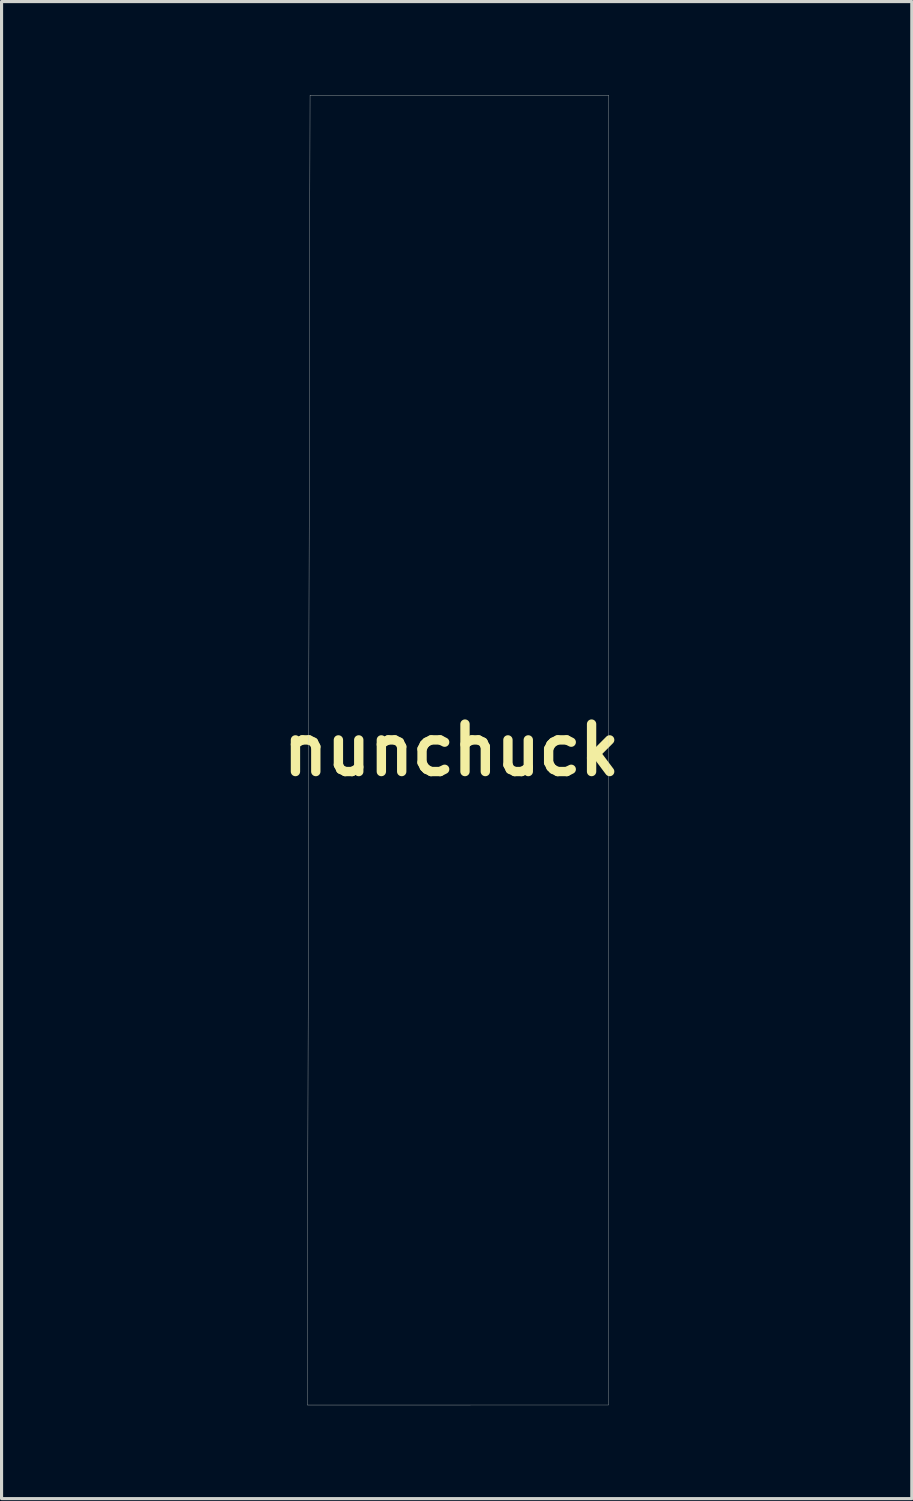
<source format=kicad_pcb>
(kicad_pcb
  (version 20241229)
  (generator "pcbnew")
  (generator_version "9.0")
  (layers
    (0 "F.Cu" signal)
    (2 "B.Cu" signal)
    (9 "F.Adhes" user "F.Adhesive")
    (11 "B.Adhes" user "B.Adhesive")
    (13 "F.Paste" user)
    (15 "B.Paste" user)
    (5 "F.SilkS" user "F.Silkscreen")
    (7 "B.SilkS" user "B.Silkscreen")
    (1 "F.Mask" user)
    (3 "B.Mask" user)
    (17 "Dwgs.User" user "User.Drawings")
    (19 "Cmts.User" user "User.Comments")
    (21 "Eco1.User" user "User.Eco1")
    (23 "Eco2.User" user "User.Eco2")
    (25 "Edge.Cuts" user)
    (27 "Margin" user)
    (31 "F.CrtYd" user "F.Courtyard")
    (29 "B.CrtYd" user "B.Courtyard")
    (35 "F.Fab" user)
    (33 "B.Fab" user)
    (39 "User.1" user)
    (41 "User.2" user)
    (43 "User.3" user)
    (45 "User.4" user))
  (footprint "nunchuck"
    (layer "F.Cu")
    (at 11.443 21.031)
    (property "Reference" "nunchuck" (at 0 0 0) (layer "F.SilkS") (effects (font (size 1.524 1.524) (thickness 0.3))))
    (attr through_hole)
    (fp_poly (pts (xy -6.226 -13.663) (xy -6.224 -13.625) (xy -6.353 -13.463) (xy -6.402 -13.457) (xy -6.502 -13.56) (xy -6.476 -13.625) (xy -6.325 -13.786) (xy -6.298 -13.793) (xy -6.226 -13.663)) (stroke (width 0.01) (type solid)) (fill no) (layer "Eco1.User"))
    (fp_poly (pts (xy -7.065 3.869) (xy -8.915 3.869) (xy -8.915 2.607) (xy -8.074 2.607) (xy -8.043 3.114) (xy -7.942 3.32) (xy -7.864 3.322) (xy -7.724 3.12) (xy -7.656 2.704) (xy -7.654 2.607) (xy -7.704 2.163) (xy -7.833 1.909) (xy -7.864 1.892) (xy -8.002 1.964) (xy -8.067 2.32) (xy -8.074 2.607) (xy -8.915 2.607) (xy -8.915 1.346) (xy -7.065 1.346) (xy -7.065 3.869)) (stroke (width 0.01) (type solid)) (fill no) (layer "Eco1.User"))
    (fp_poly (pts (xy -7.432 -3.173) (xy -7.145 -3.094) (xy -7.065 -2.944) (xy -7.2 -2.721) (xy -7.317 -2.691) (xy -7.464 -2.614) (xy -7.542 -2.339) (xy -7.569 -1.804) (xy -7.57 -1.682) (xy -7.582 -1.118) (xy -7.636 -0.814) (xy -7.757 -0.691) (xy -7.906 -0.673) (xy -8.094 -0.71) (xy -8.195 -0.871) (xy -8.236 -1.235) (xy -8.242 -1.682) (xy -8.255 -2.246) (xy -8.309 -2.55) (xy -8.43 -2.673) (xy -8.579 -2.691) (xy -8.853 -2.797) (xy -8.915 -2.944) (xy -8.832 -3.096) (xy -8.541 -3.174) (xy -7.99 -3.196) (xy -7.432 -3.173)) (stroke (width 0.01) (type solid)) (fill no) (layer "Eco1.User"))
    (fp_poly (pts (xy -7.065 6.608) (xy -7.1 7.098) (xy -7.253 7.395) (xy -7.57 7.627) (xy -7.922 7.925) (xy -8.074 8.238) (xy -8.074 8.252) (xy -8.178 8.51) (xy -8.495 8.579) (xy -8.703 8.564) (xy -8.828 8.476) (xy -8.891 8.244) (xy -8.913 7.8) (xy -8.915 7.233) (xy -8.915 6.723) (xy -8.074 6.723) (xy -7.993 6.964) (xy -7.822 6.958) (xy -7.598 6.746) (xy -7.57 6.626) (xy -7.705 6.419) (xy -7.822 6.392) (xy -8.027 6.532) (xy -8.074 6.723) (xy -8.915 6.723) (xy -8.915 5.887) (xy -7.065 5.887) (xy -7.065 6.608)) (stroke (width 0.01) (type solid)) (fill no) (layer "Eco1.User"))
    (fp_poly (pts (xy 11.775 20.69) (xy 5.383 20.69) (xy 5.383 16.373) (xy 5.887 16.373) (xy 5.892 17.489) (xy 5.905 18.492) (xy 5.925 19.332) (xy 5.95 19.962) (xy 5.98 20.332) (xy 6 20.41) (xy 6.235 20.492) (xy 6.588 20.522) (xy 7.065 20.522) (xy 7.065 16.485) (xy 7.058 15.1) (xy 7.038 13.988) (xy 7.005 13.166) (xy 6.96 12.648) (xy 6.903 12.449) (xy 6.897 12.448) (xy 7.906 12.448) (xy 7.906 16.373) (xy 7.911 17.49) (xy 7.925 18.494) (xy 7.946 19.336) (xy 7.974 19.967) (xy 8.006 20.339) (xy 8.026 20.418) (xy 8.264 20.488) (xy 8.657 20.488) (xy 9.168 20.438) (xy 9.258 12.448) (xy 7.906 12.448) (xy 6.897 12.448) (xy 6.863 12.28) (xy 6.833 11.778) (xy 6.806 10.945) (xy 6.784 9.783) (xy 6.765 8.295) (xy 6.75 6.483) (xy 6.739 4.35) (xy 6.732 1.897) (xy 6.729 -0.871) (xy 6.728 -1.747) (xy 6.729 -4.258) (xy 6.729 -6.455) (xy 6.731 -8.358) (xy 6.734 -9.988) (xy 6.736 -10.614) (xy 7.585 -10.614) (xy 7.699 -10.275) (xy 7.997 -10.125) (xy 8.489 -10.093) (xy 9.252 -10.093) (xy 9.252 -11.961) (xy 8.453 -11.91) (xy 7.97 -11.867) (xy 7.729 -11.766) (xy 7.633 -11.529) (xy 7.6 -11.21) (xy 7.585 -10.614) (xy 6.736 -10.614) (xy 6.739 -11.366) (xy 6.747 -12.515) (xy 6.758 -13.455) (xy 6.773 -14.208) (xy 6.778 -14.382) (xy 7.654 -14.382) (xy 7.654 -12.7) (xy 8.453 -12.649) (xy 8.934 -12.629) (xy 9.168 -12.684) (xy 9.245 -12.866) (xy 9.252 -13.111) (xy 9.284 -13.456) (xy 9.447 -13.598) (xy 9.84 -13.625) (xy 10.429 -13.625) (xy 10.429 -0.589) (xy 10.427 2.142) (xy 10.421 4.558) (xy 10.41 6.658) (xy 10.395 8.438) (xy 10.376 9.896) (xy 10.352 11.029) (xy 10.325 11.833) (xy 10.293 12.307) (xy 10.261 12.448) (xy 10.203 12.613) (xy 10.157 13.1) (xy 10.123 13.892) (xy 10.101 14.975) (xy 10.093 16.334) (xy 10.093 16.485) (xy 10.093 20.522) (xy 11.27 20.522) (xy 11.27 16.485) (xy 11.263 15.113) (xy 11.243 14.006) (xy 11.211 13.182) (xy 11.166 12.658) (xy 11.111 12.45) (xy 11.103 12.448) (xy 11.068 12.28) (xy 11.036 11.781) (xy 11.007 10.955) (xy 10.98 9.807) (xy 10.957 8.341) (xy 10.936 6.563) (xy 10.919 4.477) (xy 10.904 2.088) (xy 10.893 -0.6) (xy 10.893 -0.715) (xy 10.85 -13.877) (xy 10.051 -13.929) (xy 9.523 -13.999) (xy 9.281 -14.132) (xy 9.252 -14.232) (xy 9.174 -14.386) (xy 8.893 -14.445) (xy 8.453 -14.433) (xy 7.654 -14.382) (xy 6.778 -14.382) (xy 6.791 -14.794) (xy 6.815 -15.236) (xy 6.843 -15.554) (xy 6.877 -15.769) (xy 6.918 -15.903) (xy 6.965 -15.978) (xy 7.019 -16.014) (xy 7.075 -16.032) (xy 7.375 -16.026) (xy 7.48 -15.925) (xy 7.635 -15.454) (xy 7.814 -15.223) (xy 8.124 -15.146) (xy 8.489 -15.139) (xy 9.252 -15.139) (xy 9.252 -16.989) (xy 8.479 -16.989) (xy 7.981 -16.962) (xy 7.724 -16.854) (xy 7.618 -16.653) (xy 7.455 -16.407) (xy 7.082 -16.319) (xy 6.961 -16.317) (xy 6.392 -16.317) (xy 6.392 -1.934) (xy 6.392 0.62) (xy 6.39 2.858) (xy 6.386 4.8) (xy 6.381 6.466) (xy 6.373 7.878) (xy 6.363 9.054) (xy 6.349 10.016) (xy 6.332 10.784) (xy 6.311 11.378) (xy 6.287 11.818) (xy 6.257 12.125) (xy 6.223 12.318) (xy 6.184 12.419) (xy 6.14 12.448) (xy 6.058 12.487) (xy 5.996 12.629) (xy 5.951 12.913) (xy 5.92 13.377) (xy 5.9 14.058) (xy 5.891 14.996) (xy 5.887 16.228) (xy 5.887 16.373) (xy 5.383 16.373) (xy 5.383 -18.183) (xy 7.585 -18.183) (xy 7.699 -17.845) (xy 7.997 -17.695) (xy 8.489 -17.662) (xy 9.252 -17.662) (xy 9.252 -19.531) (xy 8.453 -19.48) (xy 7.97 -19.436) (xy 7.729 -19.335) (xy 7.633 -19.099) (xy 7.6 -18.78) (xy 7.585 -18.183) (xy 5.383 -18.183) (xy 5.383 -20.858) (xy 11.775 -20.858) (xy 11.775 20.69)) (stroke (width 0.01) (type solid)) (fill no) (layer "Eco1.User"))
    (fp_poly (pts (xy -4.878 20.69) (xy -11.438 20.69) (xy -11.438 16.373) (xy -10.934 16.373) (xy -10.929 17.49) (xy -10.915 18.494) (xy -10.894 19.336) (xy -10.866 19.967) (xy -10.834 20.339) (xy -10.814 20.418) (xy -10.576 20.488) (xy -10.183 20.488) (xy -9.672 20.438) (xy -9.627 16.443) (xy -9.615 15.169) (xy -9.612 14.193) (xy -9.621 13.478) (xy -9.644 12.984) (xy -9.682 12.673) (xy -9.738 12.508) (xy -9.813 12.45) (xy -9.837 12.448) (xy -8.747 12.448) (xy -8.747 20.543) (xy -8.2 20.49) (xy -7.654 20.438) (xy -7.563 12.448) (xy -8.747 12.448) (xy -9.837 12.448) (xy -9.881 12.42) (xy -9.92 12.323) (xy -9.953 12.138) (xy -9.982 11.845) (xy -10.007 11.424) (xy -10.028 10.855) (xy -10.045 10.12) (xy -10.059 9.198) (xy -10.07 8.069) (xy -10.073 7.68) (xy -9.42 7.68) (xy -9.42 9.083) (xy -8.928 9.083) (xy -8.59 9.019) (xy -8.236 8.789) (xy -7.79 8.342) (xy -7.667 8.203) (xy -7.248 7.697) (xy -7.015 7.313) (xy -6.916 6.936) (xy -6.897 6.521) (xy -6.897 5.719) (xy -7.851 5.719) (xy -8.524 5.752) (xy -8.974 5.887) (xy -9.243 6.179) (xy -9.377 6.683) (xy -9.419 7.453) (xy -9.42 7.68) (xy -10.073 7.68) (xy -10.079 6.714) (xy -10.085 5.114) (xy -10.089 3.248) (xy -10.089 3.026) (xy -9.42 3.026) (xy -9.406 3.656) (xy -9.37 4.148) (xy -9.319 4.413) (xy -9.308 4.43) (xy -9.089 4.492) (xy -8.647 4.533) (xy -8.275 4.542) (xy -7.651 4.505) (xy -7.276 4.38) (xy -7.131 4.247) (xy -7 3.882) (xy -6.922 3.225) (xy -6.902 2.565) (xy -6.897 1.177) (xy -7.851 1.177) (xy -8.541 1.214) (xy -8.996 1.361) (xy -9.263 1.674) (xy -9.388 2.209) (xy -9.42 3.022) (xy -9.42 3.026) (xy -10.089 3.026) (xy -10.091 1.097) (xy -10.093 -1.358) (xy -10.093 -2.413) (xy -9.405 -2.413) (xy -9.229 -2.211) (xy -9.083 -2.187) (xy -8.901 -2.153) (xy -8.8 -2.001) (xy -8.756 -1.657) (xy -8.747 -1.093) (xy -8.74 -0.506) (xy -8.7 -0.179) (xy -8.594 -0.036) (xy -8.392 -0.001) (xy -8.303 0) (xy -7.882 -0.106) (xy -7.635 -0.294) (xy -7.498 -0.638) (xy -7.416 -1.153) (xy -7.407 -1.367) (xy -7.343 -1.961) (xy -7.177 -2.329) (xy -7.149 -2.355) (xy -6.948 -2.681) (xy -6.897 -2.964) (xy -6.923 -3.191) (xy -7.054 -3.311) (xy -7.373 -3.357) (xy -7.851 -3.364) (xy -8.594 -3.307) (xy -9.056 -3.131) (xy -9.112 -3.086) (xy -9.367 -2.737) (xy -9.405 -2.413) (xy -10.093 -2.413) (xy -10.093 -3.028) (xy -10.093 -11.943) (xy -8.933 -11.943) (xy -8.882 -11.06) (xy -8.838 -10.542) (xy -8.75 -10.271) (xy -8.57 -10.157) (xy -8.376 -10.124) (xy -8.133 -10.077) (xy -7.992 -9.954) (xy -7.919 -9.675) (xy -7.881 -9.163) (xy -7.871 -8.947) (xy -7.822 -7.822) (xy -7.023 -7.771) (xy -6.224 -7.719) (xy -6.224 2.364) (xy -6.225 4.478) (xy -6.227 6.28) (xy -6.233 7.793) (xy -6.241 9.043) (xy -6.253 10.053) (xy -6.27 10.847) (xy -6.292 11.451) (xy -6.319 11.887) (xy -6.353 12.18) (xy -6.393 12.355) (xy -6.441 12.435) (xy -6.476 12.448) (xy -6.557 12.487) (xy -6.62 12.629) (xy -6.665 12.913) (xy -6.696 13.377) (xy -6.715 14.058) (xy -6.725 14.996) (xy -6.728 16.228) (xy -6.728 16.373) (xy -6.724 17.49) (xy -6.71 18.494) (xy -6.688 19.336) (xy -6.661 19.967) (xy -6.629 20.339) (xy -6.608 20.418) (xy -6.371 20.488) (xy -5.978 20.488) (xy -5.467 20.438) (xy -5.422 16.443) (xy -5.41 15.169) (xy -5.407 14.193) (xy -5.416 13.478) (xy -5.439 12.984) (xy -5.477 12.673) (xy -5.533 12.508) (xy -5.608 12.45) (xy -5.632 12.448) (xy -5.685 12.418) (xy -5.73 12.313) (xy -5.768 12.109) (xy -5.8 11.781) (xy -5.826 11.306) (xy -5.846 10.659) (xy -5.861 9.816) (xy -5.872 8.753) (xy -5.88 7.447) (xy -5.885 5.873) (xy -5.887 4.006) (xy -5.887 2.187) (xy -5.887 -8.074) (xy -7.442 -8.074) (xy -7.268 -10.85) (xy -6.897 -10.85) (xy -6.786 -10.439) (xy -6.521 -10.151) (xy -6.325 -10.093) (xy -6.275 -10.183) (xy -6.358 -10.295) (xy -6.521 -10.617) (xy -6.56 -10.883) (xy -6.482 -11.18) (xy -6.187 -11.27) (xy -6.14 -11.27) (xy -5.817 -11.198) (xy -5.72 -10.926) (xy -5.719 -10.883) (xy -5.802 -10.488) (xy -5.921 -10.295) (xy -6.027 -10.13) (xy -5.871 -10.093) (xy -5.484 -10.241) (xy -5.248 -10.614) (xy -5.215 -10.85) (xy -5.352 -11.313) (xy -5.74 -11.567) (xy -6.056 -11.607) (xy -6.57 -11.483) (xy -6.853 -11.134) (xy -6.897 -10.85) (xy -7.268 -10.85) (xy -7.2 -11.943) (xy -8.933 -11.943) (xy -10.093 -11.943) (xy -10.093 -14.466) (xy -8.915 -14.466) (xy -8.915 -13.653) (xy -8.894 -13.155) (xy -8.839 -12.808) (xy -8.803 -12.728) (xy -8.579 -12.659) (xy -8.15 -12.62) (xy -7.962 -12.616) (xy -7.233 -12.616) (xy -7.233 -13.379) (xy -6.899 -13.379) (xy -6.718 -13.098) (xy -6.264 -12.961) (xy -6.071 -12.952) (xy -5.619 -12.994) (xy -5.326 -13.097) (xy -5.292 -13.132) (xy -5.336 -13.308) (xy -5.519 -13.4) (xy -5.837 -13.621) (xy -5.944 -13.824) (xy -6.134 -14.069) (xy -6.436 -14.07) (xy -6.738 -13.834) (xy -6.779 -13.774) (xy -6.899 -13.379) (xy -7.233 -13.379) (xy -7.233 -14.466) (xy -8.915 -14.466) (xy -10.093 -14.466) (xy -10.093 -16.989) (xy -8.915 -16.989) (xy -8.915 -16.176) (xy -8.894 -15.678) (xy -8.839 -15.331) (xy -8.803 -15.251) (xy -8.579 -15.182) (xy -8.15 -15.143) (xy -7.962 -15.139) (xy -7.233 -15.139) (xy -7.233 -16.105) (xy -6.803 -16.105) (xy -6.766 -15.91) (xy -6.493 -15.812) (xy -6.486 -15.812) (xy -6.266 -15.671) (xy -6.138 -15.433) (xy -6.013 -15.055) (xy -5.938 -15.433) (xy -5.793 -15.729) (xy -5.633 -15.812) (xy -5.352 -15.905) (xy -5.304 -16.098) (xy -5.519 -16.259) (xy -5.534 -16.263) (xy -5.816 -16.43) (xy -5.887 -16.588) (xy -5.985 -16.799) (xy -6.056 -16.821) (xy -6.208 -16.686) (xy -6.224 -16.588) (xy -6.365 -16.366) (xy -6.577 -16.263) (xy -6.803 -16.105) (xy -7.233 -16.105) (xy -7.233 -16.989) (xy -8.915 -16.989) (xy -10.093 -16.989) (xy -10.093 -18.503) (xy -9.516 -18.503) (xy -9.107 -18.46) (xy -8.925 -18.29) (xy -8.885 -18.125) (xy -8.802 -17.888) (xy -8.58 -17.763) (xy -8.127 -17.702) (xy -8.032 -17.695) (xy -7.233 -17.644) (xy -7.233 -18.587) (xy -6.224 -18.587) (xy -6.19 -18.136) (xy -6.106 -17.865) (xy -6.056 -17.83) (xy -5.955 -17.981) (xy -5.895 -18.361) (xy -5.887 -18.587) (xy -5.921 -19.039) (xy -6.005 -19.31) (xy -6.056 -19.344) (xy -6.156 -19.194) (xy -6.216 -18.814) (xy -6.224 -18.587) (xy -7.233 -18.587) (xy -7.233 -19.513) (xy -8.074 -19.513) (xy -8.579 -19.495) (xy -8.83 -19.42) (xy -8.912 -19.254) (xy -8.915 -19.176) (xy -8.965 -18.966) (xy -9.17 -18.867) (xy -9.618 -18.84) (xy -9.672 -18.84) (xy -10.429 -18.84) (xy -10.429 -3.196) (xy -10.43 -0.526) (xy -10.431 1.828) (xy -10.434 3.884) (xy -10.439 5.662) (xy -10.446 7.181) (xy -10.456 8.462) (xy -10.468 9.522) (xy -10.483 10.383) (xy -10.501 11.064) (xy -10.524 11.583) (xy -10.55 11.96) (xy -10.58 12.216) (xy -10.615 12.368) (xy -10.655 12.438) (xy -10.681 12.448) (xy -10.763 12.487) (xy -10.825 12.629) (xy -10.87 12.913) (xy -10.901 13.377) (xy -10.921 14.058) (xy -10.931 14.996) (xy -10.934 16.228) (xy -10.934 16.373) (xy -11.438 16.373) (xy -11.438 -20.858) (xy -4.878 -20.858) (xy -4.878 20.69)) (stroke (width 0.01) (type solid)) (fill no) (layer "Eco1.User"))
    (fp_poly (pts (xy 5.046 21.026) (xy -4.626 21.027) (xy -4.539 -21.026) (xy 5.046 -21.026) (xy 5.046 21.026)) (stroke (width 0.01) (type solid)) (fill no) (layer "Edge.Cuts")))
  (gr_rect
    (start -3 -3)
    (end 26.223 45.063)
    (stroke (width 0.1) (type default))
    (fill no)
    (layer "Edge.Cuts")))
</source>
